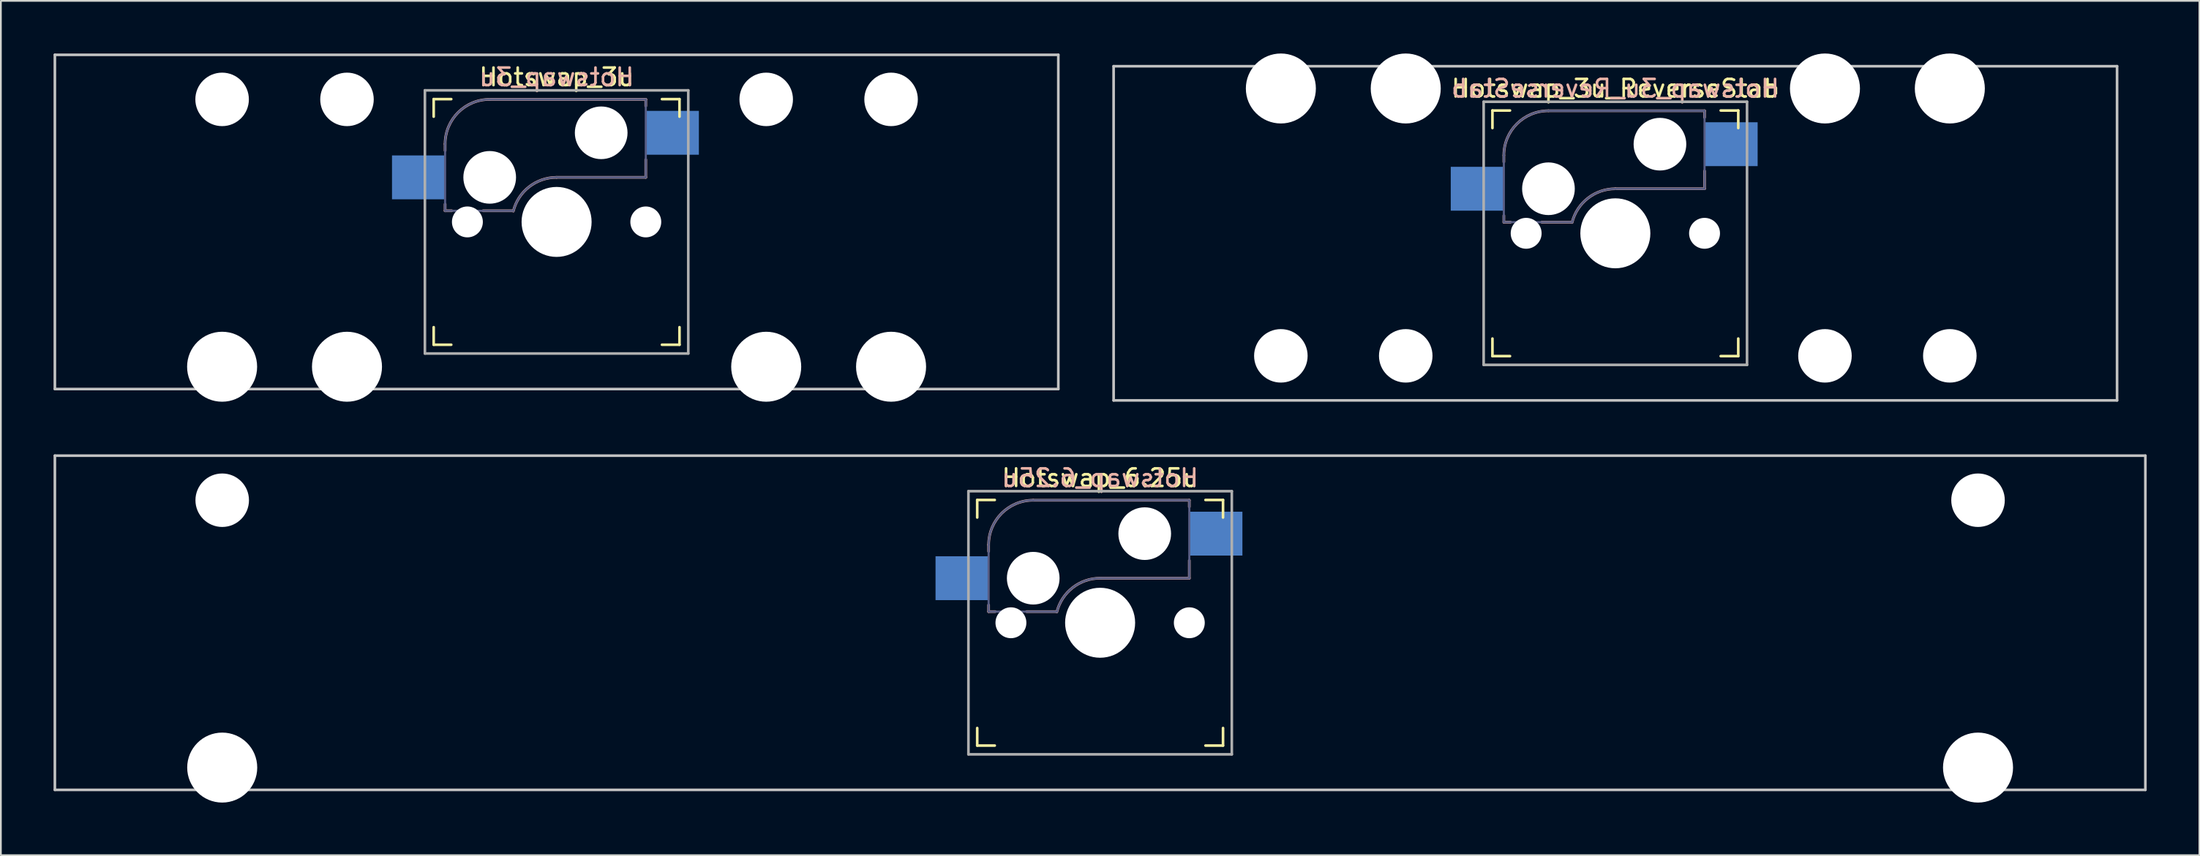
<source format=kicad_pcb>
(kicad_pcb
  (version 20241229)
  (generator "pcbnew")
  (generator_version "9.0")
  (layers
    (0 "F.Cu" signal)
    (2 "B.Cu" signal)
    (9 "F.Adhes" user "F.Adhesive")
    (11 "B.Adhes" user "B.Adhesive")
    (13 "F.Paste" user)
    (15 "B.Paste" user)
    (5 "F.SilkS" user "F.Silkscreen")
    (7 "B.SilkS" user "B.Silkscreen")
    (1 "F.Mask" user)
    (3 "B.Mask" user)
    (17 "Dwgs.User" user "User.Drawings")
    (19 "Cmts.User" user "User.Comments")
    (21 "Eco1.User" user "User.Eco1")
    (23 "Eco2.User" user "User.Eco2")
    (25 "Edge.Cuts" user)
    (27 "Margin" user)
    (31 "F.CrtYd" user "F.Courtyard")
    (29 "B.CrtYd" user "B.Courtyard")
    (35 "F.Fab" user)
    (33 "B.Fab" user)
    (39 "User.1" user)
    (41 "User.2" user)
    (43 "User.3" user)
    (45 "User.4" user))
  (footprint "Hotswap_6.25u"
    (layer "F.Cu")
    (at 59.606 32.449)
    (property "Reference" "Hotswap_6.25u" (at 0 -8.255 0) (layer "F.SilkS") (effects (font (size 1 1) (thickness 0.15))))
    (attr through_hole)
    (fp_line (start -7 -6) (end -7 -7) (stroke (width 0.15) (type solid)) (layer "F.SilkS"))
    (fp_line (start -7 7) (end -7 6) (stroke (width 0.15) (type solid)) (layer "F.SilkS"))
    (fp_line (start -7 7) (end -6 7) (stroke (width 0.15) (type solid)) (layer "F.SilkS"))
    (fp_line (start -6 -7) (end -7 -7) (stroke (width 0.15) (type solid)) (layer "F.SilkS"))
    (fp_line (start 6 7) (end 7 7) (stroke (width 0.15) (type solid)) (layer "F.SilkS"))
    (fp_line (start 7 -7) (end 6 -7) (stroke (width 0.15) (type solid)) (layer "F.SilkS"))
    (fp_line (start 7 -7) (end 7 -6) (stroke (width 0.15) (type solid)) (layer "F.SilkS"))
    (fp_line (start 7 6) (end 7 7) (stroke (width 0.15) (type solid)) (layer "F.SilkS"))
    (fp_line (start -6.35 -4.445) (end -6.35 -4.064) (stroke (width 0.15) (type solid)) (layer "B.SilkS"))
    (fp_line (start -6.35 -1.016) (end -6.35 -0.635) (stroke (width 0.15) (type solid)) (layer "B.SilkS"))
    (fp_line (start -6.35 -0.635) (end -5.969 -0.635) (stroke (width 0.15) (type solid)) (layer "B.SilkS"))
    (fp_line (start -4.191 -0.635) (end -2.54 -0.635) (stroke (width 0.15) (type solid)) (layer "B.SilkS"))
    (fp_line (start 0 -2.54) (end 5.08 -2.54) (stroke (width 0.15) (type solid)) (layer "B.SilkS"))
    (fp_line (start 5.08 -6.985) (end -3.81 -6.985) (stroke (width 0.15) (type solid)) (layer "B.SilkS"))
    (fp_line (start 5.08 -6.604) (end 5.08 -6.985) (stroke (width 0.15) (type solid)) (layer "B.SilkS"))
    (fp_line (start 5.08 -2.54) (end 5.08 -3.556) (stroke (width 0.15) (type solid)) (layer "B.SilkS"))
    (fp_arc (start -6.35 -4.445) (mid -5.606051 -6.241051) (end -3.81 -6.985) (stroke (width 0.15) (type solid)) (layer "B.SilkS"))
    (fp_arc (start -2.464162 -0.61604) (mid -1.563147 -2.002042) (end 0 -2.54) (stroke (width 0.15) (type solid)) (layer "B.SilkS"))
    (fp_line (start -59.531 -9.525) (end 59.531 -9.525) (stroke (width 0.15) (type solid)) (layer "Dwgs.User"))
    (fp_line (start -59.531 9.525) (end -59.531 -9.525) (stroke (width 0.15) (type solid)) (layer "Dwgs.User"))
    (fp_line (start -59.531 9.525) (end 59.531 9.525) (stroke (width 0.15) (type solid)) (layer "Dwgs.User"))
    (fp_line (start 59.531 -9.525) (end 59.531 9.525) (stroke (width 0.15) (type solid)) (layer "Dwgs.User"))
    (fp_line (start -51.651 -5.334) (end -51.651 6.096) (stroke (width 0.152) (type solid)) (layer "Eco2.User"))
    (fp_line (start -51.651 6.096) (end -48.349 6.096) (stroke (width 0.152) (type solid)) (layer "Eco2.User"))
    (fp_line (start -48.349 -5.334) (end -51.651 -5.334) (stroke (width 0.152) (type solid)) (layer "Eco2.User"))
    (fp_line (start -48.349 6.096) (end -48.349 -5.334) (stroke (width 0.152) (type solid)) (layer "Eco2.User"))
    (fp_line (start -6.9 6.9) (end -6.9 -6.9) (stroke (width 0.15) (type solid)) (layer "Eco2.User"))
    (fp_line (start -6.9 6.9) (end 6.9 6.9) (stroke (width 0.15) (type solid)) (layer "Eco2.User"))
    (fp_line (start 6.9 -6.9) (end -6.9 -6.9) (stroke (width 0.15) (type solid)) (layer "Eco2.User"))
    (fp_line (start 6.9 -6.9) (end 6.9 6.9) (stroke (width 0.15) (type solid)) (layer "Eco2.User"))
    (fp_line (start 48.349 -5.334) (end 48.349 6.096) (stroke (width 0.152) (type solid)) (layer "Eco2.User"))
    (fp_line (start 48.349 6.096) (end 51.651 6.096) (stroke (width 0.152) (type solid)) (layer "Eco2.User"))
    (fp_line (start 51.651 -5.334) (end 48.349 -5.334) (stroke (width 0.152) (type solid)) (layer "Eco2.User"))
    (fp_line (start 51.651 6.096) (end 51.651 -5.334) (stroke (width 0.152) (type solid)) (layer "Eco2.User"))
    (fp_line (start -6.35 -4.445) (end -6.35 -0.635) (stroke (width 0.12) (type solid)) (layer "B.Fab"))
    (fp_line (start -6.35 -0.635) (end -2.54 -0.635) (stroke (width 0.12) (type solid)) (layer "B.Fab"))
    (fp_line (start 0 -2.54) (end 5.08 -2.54) (stroke (width 0.12) (type solid)) (layer "B.Fab"))
    (fp_line (start 5.08 -6.985) (end -3.81 -6.985) (stroke (width 0.12) (type solid)) (layer "B.Fab"))
    (fp_line (start 5.08 -2.54) (end 5.08 -6.985) (stroke (width 0.12) (type solid)) (layer "B.Fab"))
    (fp_arc (start -6.35 -4.445) (mid -5.606051 -6.241051) (end -3.81 -6.985) (stroke (width 0.12) (type solid)) (layer "B.Fab"))
    (fp_arc (start -2.464162 -0.61604) (mid -1.563147 -2.002042) (end 0 -2.54) (stroke (width 0.12) (type solid)) (layer "B.Fab"))
    (fp_line (start -7.5 -7.5) (end 7.5 -7.5) (stroke (width 0.15) (type solid)) (layer "F.Fab"))
    (fp_line (start -7.5 7.5) (end -7.5 -7.5) (stroke (width 0.15) (type solid)) (layer "F.Fab"))
    (fp_line (start 7.5 -7.5) (end 7.5 7.5) (stroke (width 0.15) (type solid)) (layer "F.Fab"))
    (fp_line (start 7.5 7.5) (end -7.5 7.5) (stroke (width 0.15) (type solid)) (layer "F.Fab"))
    (fp_text user "${REFERENCE}" (at 0 -8.255 0) (layer "B.SilkS") (effects (font (size 1 1) (thickness 0.15)) (justify mirror)))
    (pad "" np_thru_hole circle (at -50 -6.985) (size 3.048 3.048) (drill 3.048) (layers "*.Cu" "*.Mask"))
    (pad "" np_thru_hole circle (at -50 8.255) (size 3.988 3.988) (drill 3.988) (layers "*.Cu" "*.Mask"))
    (pad "" np_thru_hole circle (at -5.08 0 180) (size 1.76 1.76) (drill 1.76) (layers "*.Cu" "*.Mask"))
    (pad "" np_thru_hole circle (at -3.81 -2.54 180) (size 3 3) (drill 3) (layers "*.Cu" "*.Mask"))
    (pad "" np_thru_hole circle (at 0 0 180) (size 3.988 3.988) (drill 3.988) (layers "*.Cu" "*.Mask"))
    (pad "" np_thru_hole circle (at 2.54 -5.08 180) (size 3 3) (drill 3) (layers "*.Cu" "*.Mask"))
    (pad "" np_thru_hole circle (at 5.08 0 180) (size 1.76 1.76) (drill 1.76) (layers "*.Cu" "*.Mask"))
    (pad "" np_thru_hole circle (at 50 -6.985) (size 3.048 3.048) (drill 3.048) (layers "*.Cu" "*.Mask"))
    (pad "" np_thru_hole circle (at 50 8.255) (size 3.988 3.988) (drill 3.988) (layers "*.Cu" "*.Mask"))
    (pad "1" smd rect (at -7.874 -2.54 180) (size 3 2.5) (layers "B.Cu" "B.Mask" "B.Paste"))
    (pad "2" smd rect (at 6.604 -5.08 180) (size 3 2.5) (layers "B.Cu" "B.Mask" "B.Paste")))
  (footprint "Hotswap_3u_ReverseStab"
    (layer "F.Cu")
    (at 88.95 10.249)
    (property "Reference" "Hotswap_3u_ReverseStab" (at 0 -8.255 0) (layer "F.SilkS") (effects (font (size 1 1) (thickness 0.15))))
    (attr through_hole)
    (fp_line (start -7 -6) (end -7 -7) (stroke (width 0.15) (type solid)) (layer "F.SilkS"))
    (fp_line (start -7 7) (end -7 6) (stroke (width 0.15) (type solid)) (layer "F.SilkS"))
    (fp_line (start -7 7) (end -6 7) (stroke (width 0.15) (type solid)) (layer "F.SilkS"))
    (fp_line (start -6 -7) (end -7 -7) (stroke (width 0.15) (type solid)) (layer "F.SilkS"))
    (fp_line (start 6 7) (end 7 7) (stroke (width 0.15) (type solid)) (layer "F.SilkS"))
    (fp_line (start 7 -7) (end 6 -7) (stroke (width 0.15) (type solid)) (layer "F.SilkS"))
    (fp_line (start 7 -7) (end 7 -6) (stroke (width 0.15) (type solid)) (layer "F.SilkS"))
    (fp_line (start 7 6) (end 7 7) (stroke (width 0.15) (type solid)) (layer "F.SilkS"))
    (fp_line (start -6.35 -4.445) (end -6.35 -4.064) (stroke (width 0.15) (type solid)) (layer "B.SilkS"))
    (fp_line (start -6.35 -1.016) (end -6.35 -0.635) (stroke (width 0.15) (type solid)) (layer "B.SilkS"))
    (fp_line (start -6.35 -0.635) (end -5.969 -0.635) (stroke (width 0.15) (type solid)) (layer "B.SilkS"))
    (fp_line (start -4.191 -0.635) (end -2.54 -0.635) (stroke (width 0.15) (type solid)) (layer "B.SilkS"))
    (fp_line (start 0 -2.54) (end 5.08 -2.54) (stroke (width 0.15) (type solid)) (layer "B.SilkS"))
    (fp_line (start 5.08 -6.985) (end -3.81 -6.985) (stroke (width 0.15) (type solid)) (layer "B.SilkS"))
    (fp_line (start 5.08 -6.604) (end 5.08 -6.985) (stroke (width 0.15) (type solid)) (layer "B.SilkS"))
    (fp_line (start 5.08 -2.54) (end 5.08 -3.556) (stroke (width 0.15) (type solid)) (layer "B.SilkS"))
    (fp_arc (start -6.35 -4.445) (mid -5.606051 -6.241051) (end -3.81 -6.985) (stroke (width 0.15) (type solid)) (layer "B.SilkS"))
    (fp_arc (start -2.464162 -0.61604) (mid -1.563147 -2.002042) (end 0 -2.54) (stroke (width 0.15) (type solid)) (layer "B.SilkS"))
    (fp_line (start -28.575 -9.525) (end 28.575 -9.525) (stroke (width 0.15) (type solid)) (layer "Dwgs.User"))
    (fp_line (start -28.575 9.525) (end -28.575 -9.525) (stroke (width 0.15) (type solid)) (layer "Dwgs.User"))
    (fp_line (start -28.575 9.525) (end 28.575 9.525) (stroke (width 0.15) (type solid)) (layer "Dwgs.User"))
    (fp_line (start 28.575 -9.525) (end 28.575 9.525) (stroke (width 0.15) (type solid)) (layer "Dwgs.User"))
    (fp_line (start -20.701 -6.096) (end -20.701 5.334) (stroke (width 0.152) (type solid)) (layer "Eco2.User"))
    (fp_line (start -20.701 5.334) (end -17.399 5.334) (stroke (width 0.152) (type solid)) (layer "Eco2.User"))
    (fp_line (start -17.399 -6.096) (end -20.701 -6.096) (stroke (width 0.152) (type solid)) (layer "Eco2.User"))
    (fp_line (start -17.399 5.334) (end -17.399 -6.096) (stroke (width 0.152) (type solid)) (layer "Eco2.User"))
    (fp_line (start -13.589 -6.096) (end -13.589 5.334) (stroke (width 0.152) (type solid)) (layer "Eco2.User"))
    (fp_line (start -13.589 5.334) (end -10.287 5.334) (stroke (width 0.152) (type solid)) (layer "Eco2.User"))
    (fp_line (start -10.287 -6.096) (end -13.589 -6.096) (stroke (width 0.152) (type solid)) (layer "Eco2.User"))
    (fp_line (start -10.287 5.334) (end -10.287 -6.096) (stroke (width 0.152) (type solid)) (layer "Eco2.User"))
    (fp_line (start -6.9 6.9) (end -6.9 -6.9) (stroke (width 0.15) (type solid)) (layer "Eco2.User"))
    (fp_line (start -6.9 6.9) (end 6.9 6.9) (stroke (width 0.15) (type solid)) (layer "Eco2.User"))
    (fp_line (start 6.9 -6.9) (end -6.9 -6.9) (stroke (width 0.15) (type solid)) (layer "Eco2.User"))
    (fp_line (start 6.9 -6.9) (end 6.9 6.9) (stroke (width 0.15) (type solid)) (layer "Eco2.User"))
    (fp_line (start 10.287 -6.096) (end 10.287 5.334) (stroke (width 0.152) (type solid)) (layer "Eco2.User"))
    (fp_line (start 10.287 5.334) (end 13.589 5.334) (stroke (width 0.152) (type solid)) (layer "Eco2.User"))
    (fp_line (start 13.589 -6.096) (end 10.287 -6.096) (stroke (width 0.152) (type solid)) (layer "Eco2.User"))
    (fp_line (start 13.589 5.334) (end 13.589 -6.096) (stroke (width 0.152) (type solid)) (layer "Eco2.User"))
    (fp_line (start 17.399 -6.096) (end 17.399 5.334) (stroke (width 0.152) (type solid)) (layer "Eco2.User"))
    (fp_line (start 17.399 5.334) (end 20.701 5.334) (stroke (width 0.152) (type solid)) (layer "Eco2.User"))
    (fp_line (start 20.701 -6.096) (end 17.399 -6.096) (stroke (width 0.152) (type solid)) (layer "Eco2.User"))
    (fp_line (start 20.701 5.334) (end 20.701 -6.096) (stroke (width 0.152) (type solid)) (layer "Eco2.User"))
    (fp_line (start -6.35 -4.445) (end -6.35 -0.635) (stroke (width 0.12) (type solid)) (layer "B.Fab"))
    (fp_line (start -6.35 -0.635) (end -2.54 -0.635) (stroke (width 0.12) (type solid)) (layer "B.Fab"))
    (fp_line (start 0 -2.54) (end 5.08 -2.54) (stroke (width 0.12) (type solid)) (layer "B.Fab"))
    (fp_line (start 5.08 -6.985) (end -3.81 -6.985) (stroke (width 0.12) (type solid)) (layer "B.Fab"))
    (fp_line (start 5.08 -2.54) (end 5.08 -6.985) (stroke (width 0.12) (type solid)) (layer "B.Fab"))
    (fp_arc (start -6.35 -4.445) (mid -5.606051 -6.241051) (end -3.81 -6.985) (stroke (width 0.12) (type solid)) (layer "B.Fab"))
    (fp_arc (start -2.464162 -0.61604) (mid -1.563147 -2.002042) (end 0 -2.54) (stroke (width 0.12) (type solid)) (layer "B.Fab"))
    (fp_line (start -7.5 -7.5) (end 7.5 -7.5) (stroke (width 0.15) (type solid)) (layer "F.Fab"))
    (fp_line (start -7.5 7.5) (end -7.5 -7.5) (stroke (width 0.15) (type solid)) (layer "F.Fab"))
    (fp_line (start 7.5 -7.5) (end 7.5 7.5) (stroke (width 0.15) (type solid)) (layer "F.Fab"))
    (fp_line (start 7.5 7.5) (end -7.5 7.5) (stroke (width 0.15) (type solid)) (layer "F.Fab"))
    (fp_text user "${REFERENCE}" (at 0 -8.255 0) (layer "B.SilkS") (effects (font (size 1 1) (thickness 0.15)) (justify mirror)))
    (pad "" np_thru_hole circle (at -19.05 -8.255 180) (size 3.988 3.988) (drill 3.988) (layers "*.Cu" "*.Mask"))
    (pad "" np_thru_hole circle (at -19.05 6.985 180) (size 3.048 3.048) (drill 3.048) (layers "*.Cu" "*.Mask"))
    (pad "" np_thru_hole circle (at -11.938 -8.255 180) (size 3.988 3.988) (drill 3.988) (layers "*.Cu" "*.Mask"))
    (pad "" np_thru_hole circle (at -11.938 6.985 180) (size 3.048 3.048) (drill 3.048) (layers "*.Cu" "*.Mask"))
    (pad "" np_thru_hole circle (at -5.08 0 180) (size 1.76 1.76) (drill 1.76) (layers "*.Cu" "*.Mask"))
    (pad "" np_thru_hole circle (at -3.81 -2.54 180) (size 3 3) (drill 3) (layers "*.Cu" "*.Mask"))
    (pad "" np_thru_hole circle (at 0 0 180) (size 3.988 3.988) (drill 3.988) (layers "*.Cu" "*.Mask"))
    (pad "" np_thru_hole circle (at 2.54 -5.08 180) (size 3 3) (drill 3) (layers "*.Cu" "*.Mask"))
    (pad "" np_thru_hole circle (at 5.08 0 180) (size 1.76 1.76) (drill 1.76) (layers "*.Cu" "*.Mask"))
    (pad "" np_thru_hole circle (at 11.938 -8.255 180) (size 3.988 3.988) (drill 3.988) (layers "*.Cu" "*.Mask"))
    (pad "" np_thru_hole circle (at 11.938 6.985 180) (size 3.048 3.048) (drill 3.048) (layers "*.Cu" "*.Mask"))
    (pad "" np_thru_hole circle (at 19.05 -8.255 180) (size 3.988 3.988) (drill 3.988) (layers "*.Cu" "*.Mask"))
    (pad "" np_thru_hole circle (at 19.05 6.985 180) (size 3.048 3.048) (drill 3.048) (layers "*.Cu" "*.Mask"))
    (pad "1" smd rect (at -7.874 -2.54 180) (size 3 2.5) (layers "B.Cu" "B.Mask" "B.Paste"))
    (pad "2" smd rect (at 6.604 -5.08 180) (size 3 2.5) (layers "B.Cu" "B.Mask" "B.Paste")))
  (footprint "Hotswap_3u"
    (layer "F.Cu")
    (at 28.65 9.6)
    (property "Reference" "Hotswap_3u" (at 0 -8.255 0) (layer "F.SilkS") (effects (font (size 1 1) (thickness 0.15))))
    (attr through_hole)
    (fp_line (start -7 -6) (end -7 -7) (stroke (width 0.15) (type solid)) (layer "F.SilkS"))
    (fp_line (start -7 7) (end -7 6) (stroke (width 0.15) (type solid)) (layer "F.SilkS"))
    (fp_line (start -7 7) (end -6 7) (stroke (width 0.15) (type solid)) (layer "F.SilkS"))
    (fp_line (start -6 -7) (end -7 -7) (stroke (width 0.15) (type solid)) (layer "F.SilkS"))
    (fp_line (start 6 7) (end 7 7) (stroke (width 0.15) (type solid)) (layer "F.SilkS"))
    (fp_line (start 7 -7) (end 6 -7) (stroke (width 0.15) (type solid)) (layer "F.SilkS"))
    (fp_line (start 7 -7) (end 7 -6) (stroke (width 0.15) (type solid)) (layer "F.SilkS"))
    (fp_line (start 7 6) (end 7 7) (stroke (width 0.15) (type solid)) (layer "F.SilkS"))
    (fp_line (start -6.35 -4.445) (end -6.35 -4.064) (stroke (width 0.15) (type solid)) (layer "B.SilkS"))
    (fp_line (start -6.35 -1.016) (end -6.35 -0.635) (stroke (width 0.15) (type solid)) (layer "B.SilkS"))
    (fp_line (start -6.35 -0.635) (end -5.969 -0.635) (stroke (width 0.15) (type solid)) (layer "B.SilkS"))
    (fp_line (start -4.191 -0.635) (end -2.54 -0.635) (stroke (width 0.15) (type solid)) (layer "B.SilkS"))
    (fp_line (start 0 -2.54) (end 5.08 -2.54) (stroke (width 0.15) (type solid)) (layer "B.SilkS"))
    (fp_line (start 5.08 -6.985) (end -3.81 -6.985) (stroke (width 0.15) (type solid)) (layer "B.SilkS"))
    (fp_line (start 5.08 -6.604) (end 5.08 -6.985) (stroke (width 0.15) (type solid)) (layer "B.SilkS"))
    (fp_line (start 5.08 -2.54) (end 5.08 -3.556) (stroke (width 0.15) (type solid)) (layer "B.SilkS"))
    (fp_arc (start -6.35 -4.445) (mid -5.606051 -6.241051) (end -3.81 -6.985) (stroke (width 0.15) (type solid)) (layer "B.SilkS"))
    (fp_arc (start -2.464162 -0.61604) (mid -1.563147 -2.002042) (end 0 -2.54) (stroke (width 0.15) (type solid)) (layer "B.SilkS"))
    (fp_line (start -28.575 -9.525) (end 28.575 -9.525) (stroke (width 0.15) (type solid)) (layer "Dwgs.User"))
    (fp_line (start -28.575 9.525) (end -28.575 -9.525) (stroke (width 0.15) (type solid)) (layer "Dwgs.User"))
    (fp_line (start -28.575 9.525) (end 28.575 9.525) (stroke (width 0.15) (type solid)) (layer "Dwgs.User"))
    (fp_line (start 28.575 -9.525) (end 28.575 9.525) (stroke (width 0.15) (type solid)) (layer "Dwgs.User"))
    (fp_line (start -20.701 -5.334) (end -20.701 6.096) (stroke (width 0.152) (type solid)) (layer "Eco2.User"))
    (fp_line (start -20.701 6.096) (end -17.399 6.096) (stroke (width 0.152) (type solid)) (layer "Eco2.User"))
    (fp_line (start -17.399 -5.334) (end -20.701 -5.334) (stroke (width 0.152) (type solid)) (layer "Eco2.User"))
    (fp_line (start -17.399 6.096) (end -17.399 -5.334) (stroke (width 0.152) (type solid)) (layer "Eco2.User"))
    (fp_line (start -13.589 -5.334) (end -13.589 6.096) (stroke (width 0.152) (type solid)) (layer "Eco2.User"))
    (fp_line (start -13.589 6.096) (end -10.287 6.096) (stroke (width 0.152) (type solid)) (layer "Eco2.User"))
    (fp_line (start -10.287 -5.334) (end -13.589 -5.334) (stroke (width 0.152) (type solid)) (layer "Eco2.User"))
    (fp_line (start -10.287 6.096) (end -10.287 -5.334) (stroke (width 0.152) (type solid)) (layer "Eco2.User"))
    (fp_line (start -6.9 6.9) (end -6.9 -6.9) (stroke (width 0.15) (type solid)) (layer "Eco2.User"))
    (fp_line (start -6.9 6.9) (end 6.9 6.9) (stroke (width 0.15) (type solid)) (layer "Eco2.User"))
    (fp_line (start 6.9 -6.9) (end -6.9 -6.9) (stroke (width 0.15) (type solid)) (layer "Eco2.User"))
    (fp_line (start 6.9 -6.9) (end 6.9 6.9) (stroke (width 0.15) (type solid)) (layer "Eco2.User"))
    (fp_line (start 10.287 -5.334) (end 10.287 6.096) (stroke (width 0.152) (type solid)) (layer "Eco2.User"))
    (fp_line (start 10.287 6.096) (end 13.589 6.096) (stroke (width 0.152) (type solid)) (layer "Eco2.User"))
    (fp_line (start 13.589 -5.334) (end 10.287 -5.334) (stroke (width 0.152) (type solid)) (layer "Eco2.User"))
    (fp_line (start 13.589 6.096) (end 13.589 -5.334) (stroke (width 0.152) (type solid)) (layer "Eco2.User"))
    (fp_line (start 17.399 -5.334) (end 17.399 6.096) (stroke (width 0.152) (type solid)) (layer "Eco2.User"))
    (fp_line (start 17.399 6.096) (end 20.701 6.096) (stroke (width 0.152) (type solid)) (layer "Eco2.User"))
    (fp_line (start 20.701 -5.334) (end 17.399 -5.334) (stroke (width 0.152) (type solid)) (layer "Eco2.User"))
    (fp_line (start 20.701 6.096) (end 20.701 -5.334) (stroke (width 0.152) (type solid)) (layer "Eco2.User"))
    (fp_line (start -6.35 -4.445) (end -6.35 -0.635) (stroke (width 0.12) (type solid)) (layer "B.Fab"))
    (fp_line (start -6.35 -0.635) (end -2.54 -0.635) (stroke (width 0.12) (type solid)) (layer "B.Fab"))
    (fp_line (start 0 -2.54) (end 5.08 -2.54) (stroke (width 0.12) (type solid)) (layer "B.Fab"))
    (fp_line (start 5.08 -6.985) (end -3.81 -6.985) (stroke (width 0.12) (type solid)) (layer "B.Fab"))
    (fp_line (start 5.08 -2.54) (end 5.08 -6.985) (stroke (width 0.12) (type solid)) (layer "B.Fab"))
    (fp_arc (start -6.35 -4.445) (mid -5.606051 -6.241051) (end -3.81 -6.985) (stroke (width 0.12) (type solid)) (layer "B.Fab"))
    (fp_arc (start -2.464162 -0.61604) (mid -1.563147 -2.002042) (end 0 -2.54) (stroke (width 0.12) (type solid)) (layer "B.Fab"))
    (fp_line (start -7.5 -7.5) (end 7.5 -7.5) (stroke (width 0.15) (type solid)) (layer "F.Fab"))
    (fp_line (start -7.5 7.5) (end -7.5 -7.5) (stroke (width 0.15) (type solid)) (layer "F.Fab"))
    (fp_line (start 7.5 -7.5) (end 7.5 7.5) (stroke (width 0.15) (type solid)) (layer "F.Fab"))
    (fp_line (start 7.5 7.5) (end -7.5 7.5) (stroke (width 0.15) (type solid)) (layer "F.Fab"))
    (fp_text user "${REFERENCE}" (at 0 -8.255 0) (layer "B.SilkS") (effects (font (size 1 1) (thickness 0.15)) (justify mirror)))
    (pad "" np_thru_hole circle (at -19.05 -6.985) (size 3.048 3.048) (drill 3.048) (layers "*.Cu" "*.Mask"))
    (pad "" np_thru_hole circle (at -19.05 8.255) (size 3.988 3.988) (drill 3.988) (layers "*.Cu" "*.Mask"))
    (pad "" np_thru_hole circle (at -11.938 -6.985) (size 3.048 3.048) (drill 3.048) (layers "*.Cu" "*.Mask"))
    (pad "" np_thru_hole circle (at -11.938 8.255) (size 3.988 3.988) (drill 3.988) (layers "*.Cu" "*.Mask"))
    (pad "" np_thru_hole circle (at -5.08 0 180) (size 1.76 1.76) (drill 1.76) (layers "*.Cu" "*.Mask"))
    (pad "" np_thru_hole circle (at -3.81 -2.54 180) (size 3 3) (drill 3) (layers "*.Cu" "*.Mask"))
    (pad "" np_thru_hole circle (at 0 0 180) (size 3.988 3.988) (drill 3.988) (layers "*.Cu" "*.Mask"))
    (pad "" np_thru_hole circle (at 2.54 -5.08 180) (size 3 3) (drill 3) (layers "*.Cu" "*.Mask"))
    (pad "" np_thru_hole circle (at 5.08 0 180) (size 1.76 1.76) (drill 1.76) (layers "*.Cu" "*.Mask"))
    (pad "" np_thru_hole circle (at 11.938 -6.985) (size 3.048 3.048) (drill 3.048) (layers "*.Cu" "*.Mask"))
    (pad "" np_thru_hole circle (at 11.938 8.255) (size 3.988 3.988) (drill 3.988) (layers "*.Cu" "*.Mask"))
    (pad "" np_thru_hole circle (at 19.05 -6.985) (size 3.048 3.048) (drill 3.048) (layers "*.Cu" "*.Mask"))
    (pad "" np_thru_hole circle (at 19.05 8.255) (size 3.988 3.988) (drill 3.988) (layers "*.Cu" "*.Mask"))
    (pad "1" smd rect (at -7.874 -2.54 180) (size 3 2.5) (layers "B.Cu" "B.Mask" "B.Paste"))
    (pad "2" smd rect (at 6.604 -5.08 180) (size 3 2.5) (layers "B.Cu" "B.Mask" "B.Paste")))
  (gr_rect
    (start -3 -3)
    (end 122.213 45.698)
    (stroke (width 0.1) (type default))
    (fill no)
    (layer "Edge.Cuts")))
</source>
